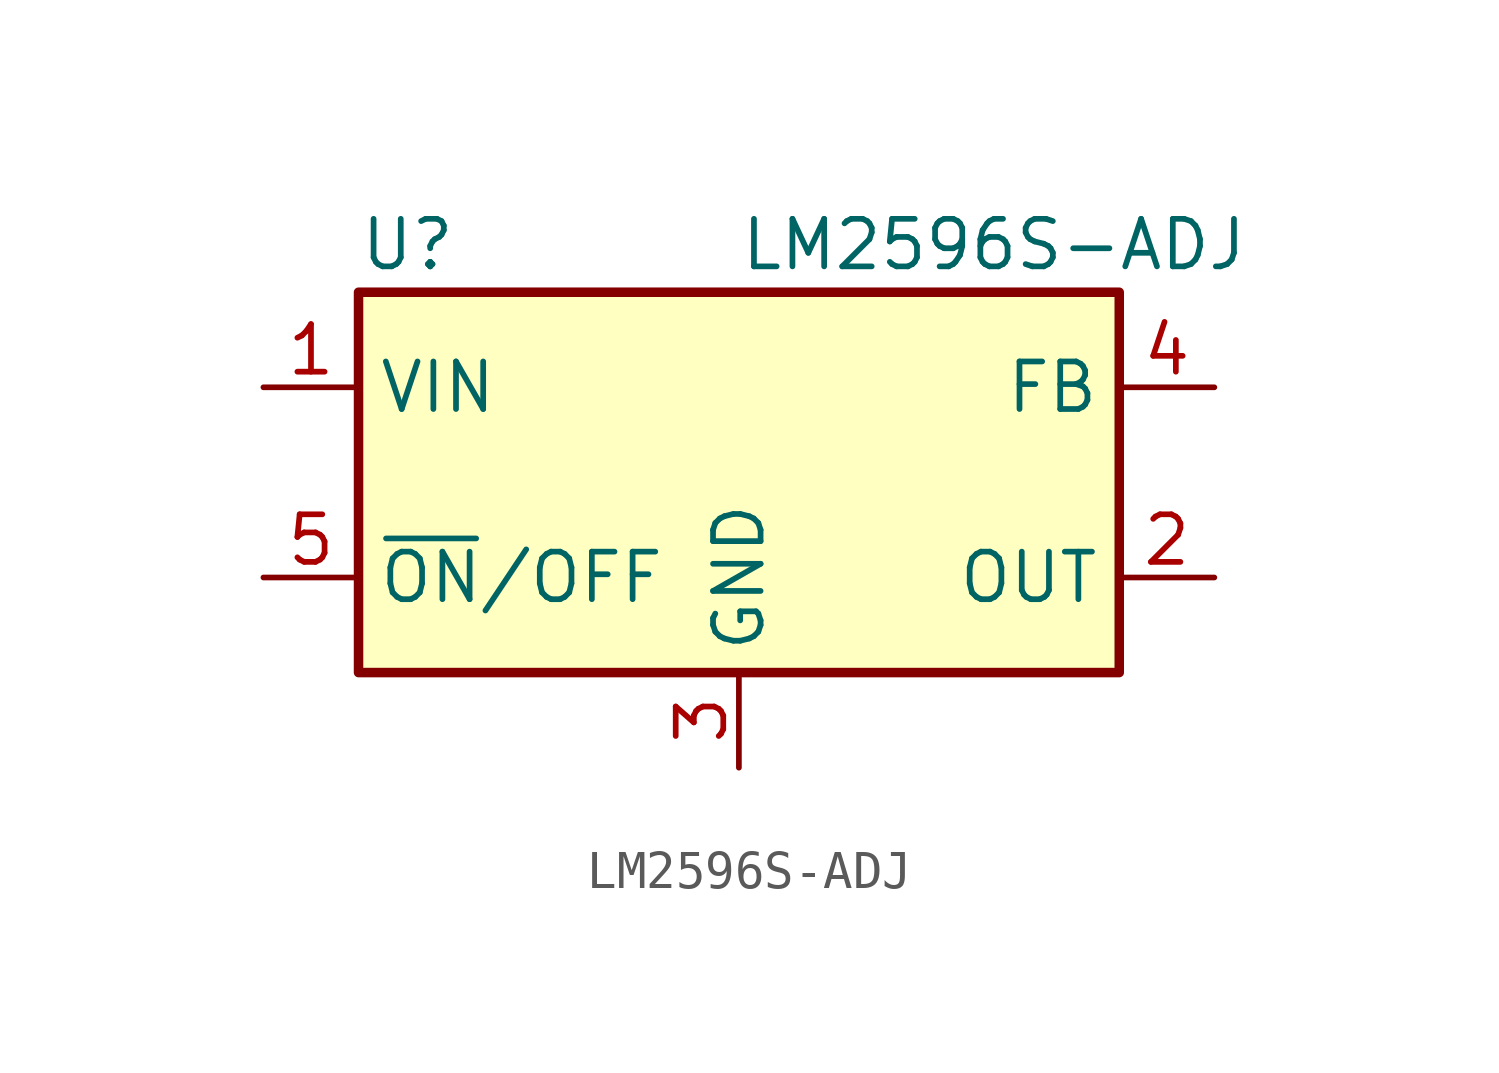
<source format=kicad_sym>
(kicad_symbol_lib
  (version 20220914)
  (generator kicad_symbol_editor)
  (symbol "LM2596S-ADJ"
    (property "Reference" "U"
      (at -10.16 6.35 0)
      (effects (font (size 1.27 1.27)) (justify left)))
    (property "Value" "LM2596S-ADJ"
      (at 0 6.35 0)
      (effects (font (size 1.27 1.27)) (justify left)))
    (symbol "LM2596S-ADJ_0_1"
      (rectangle (start -10.16 5.08) (end 10.16 -5.08) (stroke (width 0.254) (type default)) (fill (type background))))
    (symbol "LM2596S-ADJ_1_1"
      (pin power_in line (at -12.7 2.54 0) (length 2.54) (name "VIN" (effects (font (size 1.27 1.27)))) (number "1" (effects (font (size 1.27 1.27)))))
      (pin output line (at 12.7 -2.54 180) (length 2.54) (name "OUT" (effects (font (size 1.27 1.27)))) (number "2" (effects (font (size 1.27 1.27)))))
      (pin power_in line (at 0 -7.62 90) (length 2.54) (name "GND" (effects (font (size 1.27 1.27)))) (number "3" (effects (font (size 1.27 1.27)))))
      (pin input line (at 12.7 2.54 180) (length 2.54) (name "FB" (effects (font (size 1.27 1.27)))) (number "4" (effects (font (size 1.27 1.27)))))
      (pin input line (at -12.7 -2.54 0) (length 2.54) (name "~{ON}/OFF" (effects (font (size 1.27 1.27)))) (number "5" (effects (font (size 1.27 1.27))))))))
</source>
